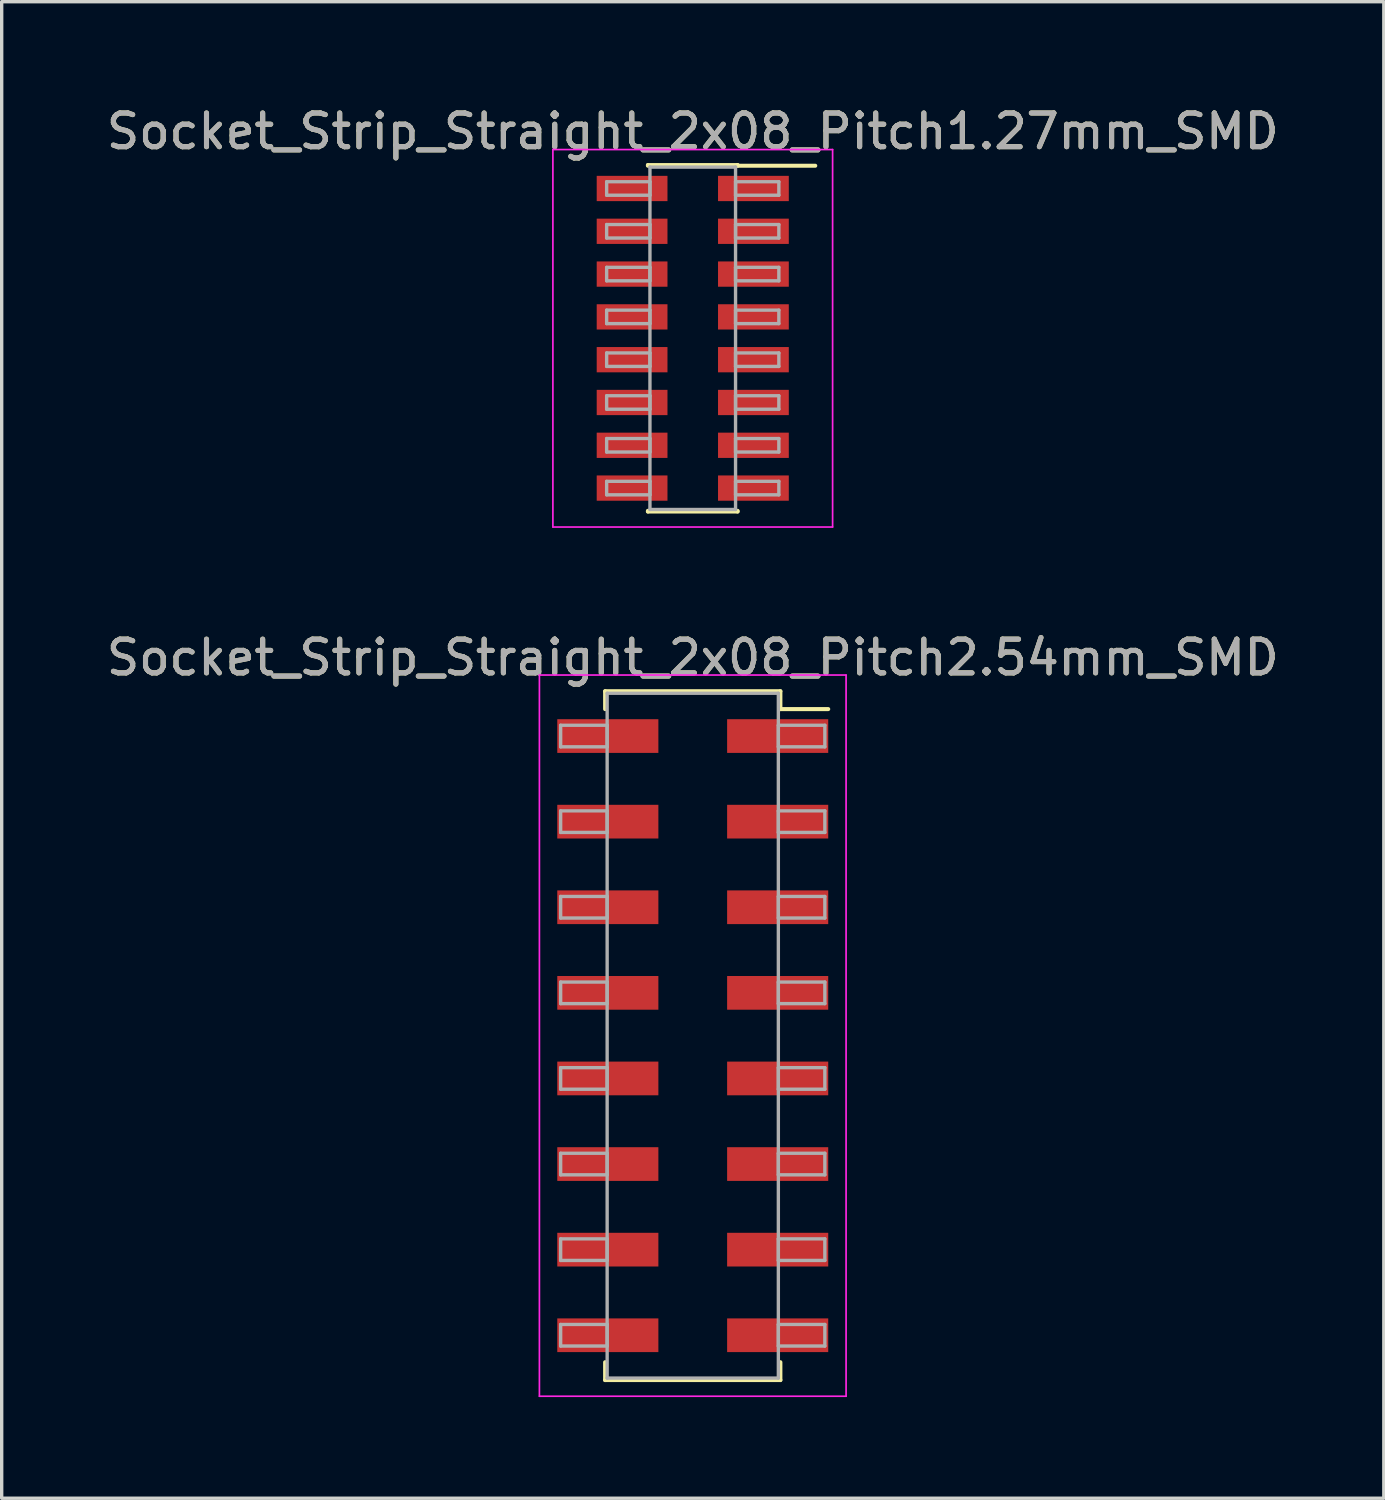
<source format=kicad_pcb>
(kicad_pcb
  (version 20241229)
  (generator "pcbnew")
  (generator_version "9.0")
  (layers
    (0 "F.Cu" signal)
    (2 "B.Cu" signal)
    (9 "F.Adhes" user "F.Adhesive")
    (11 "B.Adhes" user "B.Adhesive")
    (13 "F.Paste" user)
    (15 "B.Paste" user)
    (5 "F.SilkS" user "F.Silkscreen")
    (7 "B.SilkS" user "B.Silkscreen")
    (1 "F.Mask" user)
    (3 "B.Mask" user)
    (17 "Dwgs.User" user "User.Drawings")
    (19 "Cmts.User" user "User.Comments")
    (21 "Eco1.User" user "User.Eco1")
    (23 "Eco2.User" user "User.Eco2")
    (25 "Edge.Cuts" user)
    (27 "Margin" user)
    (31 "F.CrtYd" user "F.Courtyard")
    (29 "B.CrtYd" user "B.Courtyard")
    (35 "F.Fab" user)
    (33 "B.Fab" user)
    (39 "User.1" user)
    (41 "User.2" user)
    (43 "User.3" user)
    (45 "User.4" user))
  (footprint "Socket_Strip_Straight_2x08_Pitch1.27mm_SMD"
    (layer "F.Cu")
    (at 17.506 6.988)
    (property "Reference" "Socket_Strip_Straight_2x08_Pitch1.27mm_SMD" (at 0 -6.14 0) (layer "F.SilkS") (effects (font (size 1 1) (thickness 0.15))))
    (attr smd)
    (fp_line (start -1.33 -5.14) (end 1.33 -5.14) (stroke (width 0.12) (type solid)) (layer "F.SilkS"))
    (fp_line (start -1.33 -5.12) (end -1.33 -5.14) (stroke (width 0.12) (type solid)) (layer "F.SilkS"))
    (fp_line (start -1.33 5.12) (end -1.33 5.14) (stroke (width 0.12) (type solid)) (layer "F.SilkS"))
    (fp_line (start -1.33 5.14) (end 1.33 5.14) (stroke (width 0.12) (type solid)) (layer "F.SilkS"))
    (fp_line (start 1.33 -5.14) (end 1.33 -5.12) (stroke (width 0.12) (type solid)) (layer "F.SilkS"))
    (fp_line (start 1.33 5.14) (end 1.33 5.12) (stroke (width 0.12) (type solid)) (layer "F.SilkS"))
    (fp_line (start 3.635 -5.12) (end 1.33 -5.12) (stroke (width 0.12) (type solid)) (layer "F.SilkS"))
    (fp_line (start -4.15 -5.6) (end -4.15 5.6) (stroke (width 0.05) (type solid)) (layer "F.CrtYd"))
    (fp_line (start -4.15 5.6) (end 4.15 5.6) (stroke (width 0.05) (type solid)) (layer "F.CrtYd"))
    (fp_line (start 4.15 -5.6) (end -4.15 -5.6) (stroke (width 0.05) (type solid)) (layer "F.CrtYd"))
    (fp_line (start 4.15 5.6) (end 4.15 -5.6) (stroke (width 0.05) (type solid)) (layer "F.CrtYd"))
    (fp_line (start -2.555 -4.645) (end -1.27 -4.645) (stroke (width 0.1) (type solid)) (layer "F.Fab"))
    (fp_line (start -2.555 -4.245) (end -2.555 -4.645) (stroke (width 0.1) (type solid)) (layer "F.Fab"))
    (fp_line (start -2.555 -3.375) (end -1.27 -3.375) (stroke (width 0.1) (type solid)) (layer "F.Fab"))
    (fp_line (start -2.555 -2.975) (end -2.555 -3.375) (stroke (width 0.1) (type solid)) (layer "F.Fab"))
    (fp_line (start -2.555 -2.105) (end -1.27 -2.105) (stroke (width 0.1) (type solid)) (layer "F.Fab"))
    (fp_line (start -2.555 -1.705) (end -2.555 -2.105) (stroke (width 0.1) (type solid)) (layer "F.Fab"))
    (fp_line (start -2.555 -0.835) (end -1.27 -0.835) (stroke (width 0.1) (type solid)) (layer "F.Fab"))
    (fp_line (start -2.555 -0.435) (end -2.555 -0.835) (stroke (width 0.1) (type solid)) (layer "F.Fab"))
    (fp_line (start -2.555 0.435) (end -1.27 0.435) (stroke (width 0.1) (type solid)) (layer "F.Fab"))
    (fp_line (start -2.555 0.835) (end -2.555 0.435) (stroke (width 0.1) (type solid)) (layer "F.Fab"))
    (fp_line (start -2.555 1.705) (end -1.27 1.705) (stroke (width 0.1) (type solid)) (layer "F.Fab"))
    (fp_line (start -2.555 2.105) (end -2.555 1.705) (stroke (width 0.1) (type solid)) (layer "F.Fab"))
    (fp_line (start -2.555 2.975) (end -1.27 2.975) (stroke (width 0.1) (type solid)) (layer "F.Fab"))
    (fp_line (start -2.555 3.375) (end -2.555 2.975) (stroke (width 0.1) (type solid)) (layer "F.Fab"))
    (fp_line (start -2.555 4.245) (end -1.27 4.245) (stroke (width 0.1) (type solid)) (layer "F.Fab"))
    (fp_line (start -2.555 4.645) (end -2.555 4.245) (stroke (width 0.1) (type solid)) (layer "F.Fab"))
    (fp_line (start -1.27 -5.08) (end -1.27 5.08) (stroke (width 0.1) (type solid)) (layer "F.Fab"))
    (fp_line (start -1.27 -4.645) (end -1.27 -4.245) (stroke (width 0.1) (type solid)) (layer "F.Fab"))
    (fp_line (start -1.27 -4.245) (end -2.555 -4.245) (stroke (width 0.1) (type solid)) (layer "F.Fab"))
    (fp_line (start -1.27 -3.375) (end -1.27 -2.975) (stroke (width 0.1) (type solid)) (layer "F.Fab"))
    (fp_line (start -1.27 -2.975) (end -2.555 -2.975) (stroke (width 0.1) (type solid)) (layer "F.Fab"))
    (fp_line (start -1.27 -2.105) (end -1.27 -1.705) (stroke (width 0.1) (type solid)) (layer "F.Fab"))
    (fp_line (start -1.27 -1.705) (end -2.555 -1.705) (stroke (width 0.1) (type solid)) (layer "F.Fab"))
    (fp_line (start -1.27 -0.835) (end -1.27 -0.435) (stroke (width 0.1) (type solid)) (layer "F.Fab"))
    (fp_line (start -1.27 -0.435) (end -2.555 -0.435) (stroke (width 0.1) (type solid)) (layer "F.Fab"))
    (fp_line (start -1.27 0.435) (end -1.27 0.835) (stroke (width 0.1) (type solid)) (layer "F.Fab"))
    (fp_line (start -1.27 0.835) (end -2.555 0.835) (stroke (width 0.1) (type solid)) (layer "F.Fab"))
    (fp_line (start -1.27 1.705) (end -1.27 2.105) (stroke (width 0.1) (type solid)) (layer "F.Fab"))
    (fp_line (start -1.27 2.105) (end -2.555 2.105) (stroke (width 0.1) (type solid)) (layer "F.Fab"))
    (fp_line (start -1.27 2.975) (end -1.27 3.375) (stroke (width 0.1) (type solid)) (layer "F.Fab"))
    (fp_line (start -1.27 3.375) (end -2.555 3.375) (stroke (width 0.1) (type solid)) (layer "F.Fab"))
    (fp_line (start -1.27 4.245) (end -1.27 4.645) (stroke (width 0.1) (type solid)) (layer "F.Fab"))
    (fp_line (start -1.27 4.645) (end -2.555 4.645) (stroke (width 0.1) (type solid)) (layer "F.Fab"))
    (fp_line (start -1.27 5.08) (end 1.27 5.08) (stroke (width 0.1) (type solid)) (layer "F.Fab"))
    (fp_line (start 1.27 -5.08) (end -1.27 -5.08) (stroke (width 0.1) (type solid)) (layer "F.Fab"))
    (fp_line (start 1.27 -4.645) (end 1.27 -4.245) (stroke (width 0.1) (type solid)) (layer "F.Fab"))
    (fp_line (start 1.27 -4.245) (end 2.555 -4.245) (stroke (width 0.1) (type solid)) (layer "F.Fab"))
    (fp_line (start 1.27 -3.375) (end 1.27 -2.975) (stroke (width 0.1) (type solid)) (layer "F.Fab"))
    (fp_line (start 1.27 -2.975) (end 2.555 -2.975) (stroke (width 0.1) (type solid)) (layer "F.Fab"))
    (fp_line (start 1.27 -2.105) (end 1.27 -1.705) (stroke (width 0.1) (type solid)) (layer "F.Fab"))
    (fp_line (start 1.27 -1.705) (end 2.555 -1.705) (stroke (width 0.1) (type solid)) (layer "F.Fab"))
    (fp_line (start 1.27 -0.835) (end 1.27 -0.435) (stroke (width 0.1) (type solid)) (layer "F.Fab"))
    (fp_line (start 1.27 -0.435) (end 2.555 -0.435) (stroke (width 0.1) (type solid)) (layer "F.Fab"))
    (fp_line (start 1.27 0.435) (end 1.27 0.835) (stroke (width 0.1) (type solid)) (layer "F.Fab"))
    (fp_line (start 1.27 0.835) (end 2.555 0.835) (stroke (width 0.1) (type solid)) (layer "F.Fab"))
    (fp_line (start 1.27 1.705) (end 1.27 2.105) (stroke (width 0.1) (type solid)) (layer "F.Fab"))
    (fp_line (start 1.27 2.105) (end 2.555 2.105) (stroke (width 0.1) (type solid)) (layer "F.Fab"))
    (fp_line (start 1.27 2.975) (end 1.27 3.375) (stroke (width 0.1) (type solid)) (layer "F.Fab"))
    (fp_line (start 1.27 3.375) (end 2.555 3.375) (stroke (width 0.1) (type solid)) (layer "F.Fab"))
    (fp_line (start 1.27 4.245) (end 1.27 4.645) (stroke (width 0.1) (type solid)) (layer "F.Fab"))
    (fp_line (start 1.27 4.645) (end 2.555 4.645) (stroke (width 0.1) (type solid)) (layer "F.Fab"))
    (fp_line (start 1.27 5.08) (end 1.27 -5.08) (stroke (width 0.1) (type solid)) (layer "F.Fab"))
    (fp_line (start 2.555 -4.645) (end 1.27 -4.645) (stroke (width 0.1) (type solid)) (layer "F.Fab"))
    (fp_line (start 2.555 -4.245) (end 2.555 -4.645) (stroke (width 0.1) (type solid)) (layer "F.Fab"))
    (fp_line (start 2.555 -3.375) (end 1.27 -3.375) (stroke (width 0.1) (type solid)) (layer "F.Fab"))
    (fp_line (start 2.555 -2.975) (end 2.555 -3.375) (stroke (width 0.1) (type solid)) (layer "F.Fab"))
    (fp_line (start 2.555 -2.105) (end 1.27 -2.105) (stroke (width 0.1) (type solid)) (layer "F.Fab"))
    (fp_line (start 2.555 -1.705) (end 2.555 -2.105) (stroke (width 0.1) (type solid)) (layer "F.Fab"))
    (fp_line (start 2.555 -0.835) (end 1.27 -0.835) (stroke (width 0.1) (type solid)) (layer "F.Fab"))
    (fp_line (start 2.555 -0.435) (end 2.555 -0.835) (stroke (width 0.1) (type solid)) (layer "F.Fab"))
    (fp_line (start 2.555 0.435) (end 1.27 0.435) (stroke (width 0.1) (type solid)) (layer "F.Fab"))
    (fp_line (start 2.555 0.835) (end 2.555 0.435) (stroke (width 0.1) (type solid)) (layer "F.Fab"))
    (fp_line (start 2.555 1.705) (end 1.27 1.705) (stroke (width 0.1) (type solid)) (layer "F.Fab"))
    (fp_line (start 2.555 2.105) (end 2.555 1.705) (stroke (width 0.1) (type solid)) (layer "F.Fab"))
    (fp_line (start 2.555 2.975) (end 1.27 2.975) (stroke (width 0.1) (type solid)) (layer "F.Fab"))
    (fp_line (start 2.555 3.375) (end 2.555 2.975) (stroke (width 0.1) (type solid)) (layer "F.Fab"))
    (fp_line (start 2.555 4.245) (end 1.27 4.245) (stroke (width 0.1) (type solid)) (layer "F.Fab"))
    (fp_line (start 2.555 4.645) (end 2.555 4.245) (stroke (width 0.1) (type solid)) (layer "F.Fab"))
    (fp_text user "${REFERENCE}" (at 0 -6.14 0) (layer "F.Fab") (effects (font (size 1 1) (thickness 0.15))))
    (pad "1" smd rect (at 1.8 -4.445) (size 2.1 0.75) (layers "F.Cu" "F.Mask" "F.Paste"))
    (pad "2" smd rect (at -1.8 -4.445) (size 2.1 0.75) (layers "F.Cu" "F.Mask" "F.Paste"))
    (pad "3" smd rect (at 1.8 -3.175) (size 2.1 0.75) (layers "F.Cu" "F.Mask" "F.Paste"))
    (pad "4" smd rect (at -1.8 -3.175) (size 2.1 0.75) (layers "F.Cu" "F.Mask" "F.Paste"))
    (pad "5" smd rect (at 1.8 -1.905) (size 2.1 0.75) (layers "F.Cu" "F.Mask" "F.Paste"))
    (pad "6" smd rect (at -1.8 -1.905) (size 2.1 0.75) (layers "F.Cu" "F.Mask" "F.Paste"))
    (pad "7" smd rect (at 1.8 -0.635) (size 2.1 0.75) (layers "F.Cu" "F.Mask" "F.Paste"))
    (pad "8" smd rect (at -1.8 -0.635) (size 2.1 0.75) (layers "F.Cu" "F.Mask" "F.Paste"))
    (pad "9" smd rect (at 1.8 0.635) (size 2.1 0.75) (layers "F.Cu" "F.Mask" "F.Paste"))
    (pad "10" smd rect (at -1.8 0.635) (size 2.1 0.75) (layers "F.Cu" "F.Mask" "F.Paste"))
    (pad "11" smd rect (at 1.8 1.905) (size 2.1 0.75) (layers "F.Cu" "F.Mask" "F.Paste"))
    (pad "12" smd rect (at -1.8 1.905) (size 2.1 0.75) (layers "F.Cu" "F.Mask" "F.Paste"))
    (pad "13" smd rect (at 1.8 3.175) (size 2.1 0.75) (layers "F.Cu" "F.Mask" "F.Paste"))
    (pad "14" smd rect (at -1.8 3.175) (size 2.1 0.75) (layers "F.Cu" "F.Mask" "F.Paste"))
    (pad "15" smd rect (at 1.8 4.445) (size 2.1 0.75) (layers "F.Cu" "F.Mask" "F.Paste"))
    (pad "16" smd rect (at -1.8 4.445) (size 2.1 0.75) (layers "F.Cu" "F.Mask" "F.Paste")))
  (footprint "Socket_Strip_Straight_2x08_Pitch2.54mm_SMD"
    (layer "F.Cu")
    (at 17.506 27.681)
    (property "Reference" "Socket_Strip_Straight_2x08_Pitch2.54mm_SMD" (at 0 -11.22 0) (layer "F.SilkS") (effects (font (size 1 1) (thickness 0.15))))
    (attr smd)
    (fp_line (start -2.6 -10.22) (end 2.6 -10.22) (stroke (width 0.12) (type solid)) (layer "F.SilkS"))
    (fp_line (start -2.6 -9.69) (end -2.6 -10.22) (stroke (width 0.12) (type solid)) (layer "F.SilkS"))
    (fp_line (start -2.6 9.69) (end -2.6 10.22) (stroke (width 0.12) (type solid)) (layer "F.SilkS"))
    (fp_line (start -2.6 10.22) (end 2.6 10.22) (stroke (width 0.12) (type solid)) (layer "F.SilkS"))
    (fp_line (start 2.6 -10.22) (end 2.6 -9.69) (stroke (width 0.12) (type solid)) (layer "F.SilkS"))
    (fp_line (start 2.6 10.22) (end 2.6 9.69) (stroke (width 0.12) (type solid)) (layer "F.SilkS"))
    (fp_line (start 4.02 -9.69) (end 2.6 -9.69) (stroke (width 0.12) (type solid)) (layer "F.SilkS"))
    (fp_line (start -4.55 -10.7) (end -4.55 10.7) (stroke (width 0.05) (type solid)) (layer "F.CrtYd"))
    (fp_line (start -4.55 10.7) (end 4.55 10.7) (stroke (width 0.05) (type solid)) (layer "F.CrtYd"))
    (fp_line (start 4.55 -10.7) (end -4.55 -10.7) (stroke (width 0.05) (type solid)) (layer "F.CrtYd"))
    (fp_line (start 4.55 10.7) (end 4.55 -10.7) (stroke (width 0.05) (type solid)) (layer "F.CrtYd"))
    (fp_line (start -3.92 -9.21) (end -2.54 -9.21) (stroke (width 0.1) (type solid)) (layer "F.Fab"))
    (fp_line (start -3.92 -8.57) (end -3.92 -9.21) (stroke (width 0.1) (type solid)) (layer "F.Fab"))
    (fp_line (start -3.92 -6.67) (end -2.54 -6.67) (stroke (width 0.1) (type solid)) (layer "F.Fab"))
    (fp_line (start -3.92 -6.03) (end -3.92 -6.67) (stroke (width 0.1) (type solid)) (layer "F.Fab"))
    (fp_line (start -3.92 -4.13) (end -2.54 -4.13) (stroke (width 0.1) (type solid)) (layer "F.Fab"))
    (fp_line (start -3.92 -3.49) (end -3.92 -4.13) (stroke (width 0.1) (type solid)) (layer "F.Fab"))
    (fp_line (start -3.92 -1.59) (end -2.54 -1.59) (stroke (width 0.1) (type solid)) (layer "F.Fab"))
    (fp_line (start -3.92 -0.95) (end -3.92 -1.59) (stroke (width 0.1) (type solid)) (layer "F.Fab"))
    (fp_line (start -3.92 0.95) (end -2.54 0.95) (stroke (width 0.1) (type solid)) (layer "F.Fab"))
    (fp_line (start -3.92 1.59) (end -3.92 0.95) (stroke (width 0.1) (type solid)) (layer "F.Fab"))
    (fp_line (start -3.92 3.49) (end -2.54 3.49) (stroke (width 0.1) (type solid)) (layer "F.Fab"))
    (fp_line (start -3.92 4.13) (end -3.92 3.49) (stroke (width 0.1) (type solid)) (layer "F.Fab"))
    (fp_line (start -3.92 6.03) (end -2.54 6.03) (stroke (width 0.1) (type solid)) (layer "F.Fab"))
    (fp_line (start -3.92 6.67) (end -3.92 6.03) (stroke (width 0.1) (type solid)) (layer "F.Fab"))
    (fp_line (start -3.92 8.57) (end -2.54 8.57) (stroke (width 0.1) (type solid)) (layer "F.Fab"))
    (fp_line (start -3.92 9.21) (end -3.92 8.57) (stroke (width 0.1) (type solid)) (layer "F.Fab"))
    (fp_line (start -2.54 -10.16) (end -2.54 10.16) (stroke (width 0.1) (type solid)) (layer "F.Fab"))
    (fp_line (start -2.54 -9.21) (end -2.54 -8.57) (stroke (width 0.1) (type solid)) (layer "F.Fab"))
    (fp_line (start -2.54 -8.57) (end -3.92 -8.57) (stroke (width 0.1) (type solid)) (layer "F.Fab"))
    (fp_line (start -2.54 -6.67) (end -2.54 -6.03) (stroke (width 0.1) (type solid)) (layer "F.Fab"))
    (fp_line (start -2.54 -6.03) (end -3.92 -6.03) (stroke (width 0.1) (type solid)) (layer "F.Fab"))
    (fp_line (start -2.54 -4.13) (end -2.54 -3.49) (stroke (width 0.1) (type solid)) (layer "F.Fab"))
    (fp_line (start -2.54 -3.49) (end -3.92 -3.49) (stroke (width 0.1) (type solid)) (layer "F.Fab"))
    (fp_line (start -2.54 -1.59) (end -2.54 -0.95) (stroke (width 0.1) (type solid)) (layer "F.Fab"))
    (fp_line (start -2.54 -0.95) (end -3.92 -0.95) (stroke (width 0.1) (type solid)) (layer "F.Fab"))
    (fp_line (start -2.54 0.95) (end -2.54 1.59) (stroke (width 0.1) (type solid)) (layer "F.Fab"))
    (fp_line (start -2.54 1.59) (end -3.92 1.59) (stroke (width 0.1) (type solid)) (layer "F.Fab"))
    (fp_line (start -2.54 3.49) (end -2.54 4.13) (stroke (width 0.1) (type solid)) (layer "F.Fab"))
    (fp_line (start -2.54 4.13) (end -3.92 4.13) (stroke (width 0.1) (type solid)) (layer "F.Fab"))
    (fp_line (start -2.54 6.03) (end -2.54 6.67) (stroke (width 0.1) (type solid)) (layer "F.Fab"))
    (fp_line (start -2.54 6.67) (end -3.92 6.67) (stroke (width 0.1) (type solid)) (layer "F.Fab"))
    (fp_line (start -2.54 8.57) (end -2.54 9.21) (stroke (width 0.1) (type solid)) (layer "F.Fab"))
    (fp_line (start -2.54 9.21) (end -3.92 9.21) (stroke (width 0.1) (type solid)) (layer "F.Fab"))
    (fp_line (start -2.54 10.16) (end 2.54 10.16) (stroke (width 0.1) (type solid)) (layer "F.Fab"))
    (fp_line (start 2.54 -10.16) (end -2.54 -10.16) (stroke (width 0.1) (type solid)) (layer "F.Fab"))
    (fp_line (start 2.54 -9.21) (end 2.54 -8.57) (stroke (width 0.1) (type solid)) (layer "F.Fab"))
    (fp_line (start 2.54 -8.57) (end 3.92 -8.57) (stroke (width 0.1) (type solid)) (layer "F.Fab"))
    (fp_line (start 2.54 -6.67) (end 2.54 -6.03) (stroke (width 0.1) (type solid)) (layer "F.Fab"))
    (fp_line (start 2.54 -6.03) (end 3.92 -6.03) (stroke (width 0.1) (type solid)) (layer "F.Fab"))
    (fp_line (start 2.54 -4.13) (end 2.54 -3.49) (stroke (width 0.1) (type solid)) (layer "F.Fab"))
    (fp_line (start 2.54 -3.49) (end 3.92 -3.49) (stroke (width 0.1) (type solid)) (layer "F.Fab"))
    (fp_line (start 2.54 -1.59) (end 2.54 -0.95) (stroke (width 0.1) (type solid)) (layer "F.Fab"))
    (fp_line (start 2.54 -0.95) (end 3.92 -0.95) (stroke (width 0.1) (type solid)) (layer "F.Fab"))
    (fp_line (start 2.54 0.95) (end 2.54 1.59) (stroke (width 0.1) (type solid)) (layer "F.Fab"))
    (fp_line (start 2.54 1.59) (end 3.92 1.59) (stroke (width 0.1) (type solid)) (layer "F.Fab"))
    (fp_line (start 2.54 3.49) (end 2.54 4.13) (stroke (width 0.1) (type solid)) (layer "F.Fab"))
    (fp_line (start 2.54 4.13) (end 3.92 4.13) (stroke (width 0.1) (type solid)) (layer "F.Fab"))
    (fp_line (start 2.54 6.03) (end 2.54 6.67) (stroke (width 0.1) (type solid)) (layer "F.Fab"))
    (fp_line (start 2.54 6.67) (end 3.92 6.67) (stroke (width 0.1) (type solid)) (layer "F.Fab"))
    (fp_line (start 2.54 8.57) (end 2.54 9.21) (stroke (width 0.1) (type solid)) (layer "F.Fab"))
    (fp_line (start 2.54 9.21) (end 3.92 9.21) (stroke (width 0.1) (type solid)) (layer "F.Fab"))
    (fp_line (start 2.54 10.16) (end 2.54 -10.16) (stroke (width 0.1) (type solid)) (layer "F.Fab"))
    (fp_line (start 3.92 -9.21) (end 2.54 -9.21) (stroke (width 0.1) (type solid)) (layer "F.Fab"))
    (fp_line (start 3.92 -8.57) (end 3.92 -9.21) (stroke (width 0.1) (type solid)) (layer "F.Fab"))
    (fp_line (start 3.92 -6.67) (end 2.54 -6.67) (stroke (width 0.1) (type solid)) (layer "F.Fab"))
    (fp_line (start 3.92 -6.03) (end 3.92 -6.67) (stroke (width 0.1) (type solid)) (layer "F.Fab"))
    (fp_line (start 3.92 -4.13) (end 2.54 -4.13) (stroke (width 0.1) (type solid)) (layer "F.Fab"))
    (fp_line (start 3.92 -3.49) (end 3.92 -4.13) (stroke (width 0.1) (type solid)) (layer "F.Fab"))
    (fp_line (start 3.92 -1.59) (end 2.54 -1.59) (stroke (width 0.1) (type solid)) (layer "F.Fab"))
    (fp_line (start 3.92 -0.95) (end 3.92 -1.59) (stroke (width 0.1) (type solid)) (layer "F.Fab"))
    (fp_line (start 3.92 0.95) (end 2.54 0.95) (stroke (width 0.1) (type solid)) (layer "F.Fab"))
    (fp_line (start 3.92 1.59) (end 3.92 0.95) (stroke (width 0.1) (type solid)) (layer "F.Fab"))
    (fp_line (start 3.92 3.49) (end 2.54 3.49) (stroke (width 0.1) (type solid)) (layer "F.Fab"))
    (fp_line (start 3.92 4.13) (end 3.92 3.49) (stroke (width 0.1) (type solid)) (layer "F.Fab"))
    (fp_line (start 3.92 6.03) (end 2.54 6.03) (stroke (width 0.1) (type solid)) (layer "F.Fab"))
    (fp_line (start 3.92 6.67) (end 3.92 6.03) (stroke (width 0.1) (type solid)) (layer "F.Fab"))
    (fp_line (start 3.92 8.57) (end 2.54 8.57) (stroke (width 0.1) (type solid)) (layer "F.Fab"))
    (fp_line (start 3.92 9.21) (end 3.92 8.57) (stroke (width 0.1) (type solid)) (layer "F.Fab"))
    (fp_text user "${REFERENCE}" (at 0 -11.22 0) (layer "F.Fab") (effects (font (size 1 1) (thickness 0.15))))
    (pad "1" smd rect (at 2.52 -8.89) (size 3 1) (layers "F.Cu" "F.Mask" "F.Paste"))
    (pad "2" smd rect (at -2.52 -8.89) (size 3 1) (layers "F.Cu" "F.Mask" "F.Paste"))
    (pad "3" smd rect (at 2.52 -6.35) (size 3 1) (layers "F.Cu" "F.Mask" "F.Paste"))
    (pad "4" smd rect (at -2.52 -6.35) (size 3 1) (layers "F.Cu" "F.Mask" "F.Paste"))
    (pad "5" smd rect (at 2.52 -3.81) (size 3 1) (layers "F.Cu" "F.Mask" "F.Paste"))
    (pad "6" smd rect (at -2.52 -3.81) (size 3 1) (layers "F.Cu" "F.Mask" "F.Paste"))
    (pad "7" smd rect (at 2.52 -1.27) (size 3 1) (layers "F.Cu" "F.Mask" "F.Paste"))
    (pad "8" smd rect (at -2.52 -1.27) (size 3 1) (layers "F.Cu" "F.Mask" "F.Paste"))
    (pad "9" smd rect (at 2.52 1.27) (size 3 1) (layers "F.Cu" "F.Mask" "F.Paste"))
    (pad "10" smd rect (at -2.52 1.27) (size 3 1) (layers "F.Cu" "F.Mask" "F.Paste"))
    (pad "11" smd rect (at 2.52 3.81) (size 3 1) (layers "F.Cu" "F.Mask" "F.Paste"))
    (pad "12" smd rect (at -2.52 3.81) (size 3 1) (layers "F.Cu" "F.Mask" "F.Paste"))
    (pad "13" smd rect (at 2.52 6.35) (size 3 1) (layers "F.Cu" "F.Mask" "F.Paste"))
    (pad "14" smd rect (at -2.52 6.35) (size 3 1) (layers "F.Cu" "F.Mask" "F.Paste"))
    (pad "15" smd rect (at 2.52 8.89) (size 3 1) (layers "F.Cu" "F.Mask" "F.Paste"))
    (pad "16" smd rect (at -2.52 8.89) (size 3 1) (layers "F.Cu" "F.Mask" "F.Paste")))
  (gr_rect
    (start -3 -3)
    (end 38.012 41.407)
    (stroke (width 0.1) (type default))
    (fill no)
    (layer "Edge.Cuts")))
</source>
